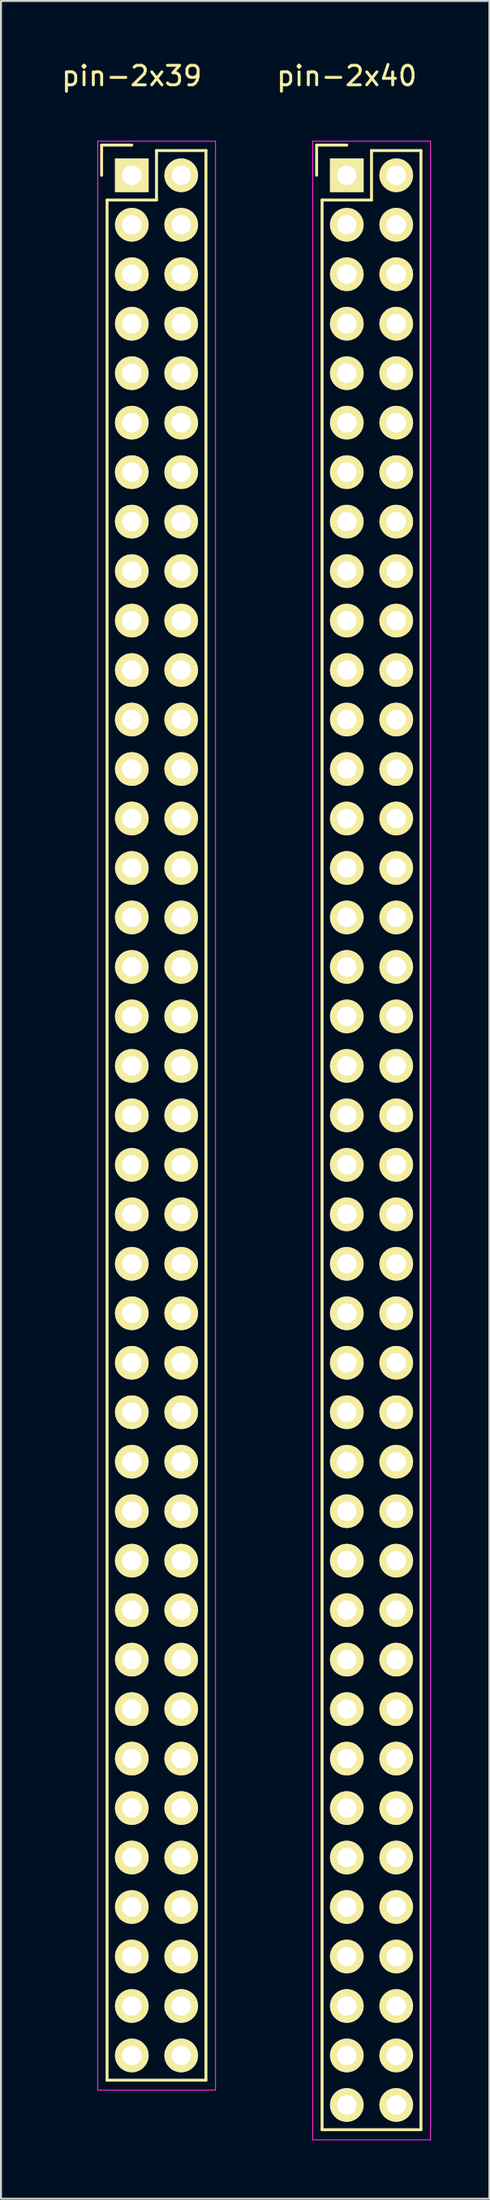
<source format=kicad_pcb>
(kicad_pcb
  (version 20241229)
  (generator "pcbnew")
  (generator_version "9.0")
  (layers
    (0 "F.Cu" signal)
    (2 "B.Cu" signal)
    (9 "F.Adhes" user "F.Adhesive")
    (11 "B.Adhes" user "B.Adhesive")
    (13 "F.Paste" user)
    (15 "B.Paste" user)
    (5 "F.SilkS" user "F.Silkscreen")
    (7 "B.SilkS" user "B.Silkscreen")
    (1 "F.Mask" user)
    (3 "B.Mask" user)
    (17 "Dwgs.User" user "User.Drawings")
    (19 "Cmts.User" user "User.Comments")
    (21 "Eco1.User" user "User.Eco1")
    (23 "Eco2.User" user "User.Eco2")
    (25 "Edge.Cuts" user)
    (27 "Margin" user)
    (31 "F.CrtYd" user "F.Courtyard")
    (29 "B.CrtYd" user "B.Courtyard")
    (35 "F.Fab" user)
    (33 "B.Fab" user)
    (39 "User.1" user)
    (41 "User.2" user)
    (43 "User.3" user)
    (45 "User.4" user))
  (footprint "pin-2x39"
    (layer "F.Cu")
    (at 3.72 5.948)
    (property "Reference" "pin-2x39" (at 0 -5.1 0) (layer "F.SilkS") (effects (font (size 1 1) (thickness 0.15))))
    (attr through_hole)
    (fp_line (start -1.55 -1.55) (end -1.55 0) (stroke (width 0.15) (type solid)) (layer "F.SilkS"))
    (fp_line (start -1.27 97.79) (end -1.27 1.27) (stroke (width 0.15) (type solid)) (layer "F.SilkS"))
    (fp_line (start 0 -1.55) (end -1.55 -1.55) (stroke (width 0.15) (type solid)) (layer "F.SilkS"))
    (fp_line (start 1.27 -1.27) (end 1.27 1.27) (stroke (width 0.15) (type solid)) (layer "F.SilkS"))
    (fp_line (start 1.27 1.27) (end -1.27 1.27) (stroke (width 0.15) (type solid)) (layer "F.SilkS"))
    (fp_line (start 3.81 -1.27) (end 1.27 -1.27) (stroke (width 0.15) (type solid)) (layer "F.SilkS"))
    (fp_line (start 3.81 -1.27) (end 3.81 97.79) (stroke (width 0.15) (type solid)) (layer "F.SilkS"))
    (fp_line (start 3.81 97.79) (end -1.27 97.79) (stroke (width 0.15) (type solid)) (layer "F.SilkS"))
    (fp_line (start -1.75 -1.75) (end -1.75 98.3) (stroke (width 0.05) (type solid)) (layer "F.CrtYd"))
    (fp_line (start -1.75 -1.75) (end 4.3 -1.75) (stroke (width 0.05) (type solid)) (layer "F.CrtYd"))
    (fp_line (start -1.75 98.3) (end 4.3 98.3) (stroke (width 0.05) (type solid)) (layer "F.CrtYd"))
    (fp_line (start 4.3 -1.75) (end 4.3 98.3) (stroke (width 0.05) (type solid)) (layer "F.CrtYd"))
    (pad "1" thru_hole rect (at 0 0) (size 1.727 1.727) (drill 1) (layers "*.Cu" "*.Mask" "F.SilkS"))
    (pad "2" thru_hole oval (at 2.54 0) (size 1.727 1.727) (drill 1) (layers "*.Cu" "*.Mask" "F.SilkS"))
    (pad "3" thru_hole oval (at 0 2.54) (size 1.727 1.727) (drill 1) (layers "*.Cu" "*.Mask" "F.SilkS"))
    (pad "4" thru_hole oval (at 2.54 2.54) (size 1.727 1.727) (drill 1) (layers "*.Cu" "*.Mask" "F.SilkS"))
    (pad "5" thru_hole oval (at 0 5.08) (size 1.727 1.727) (drill 1) (layers "*.Cu" "*.Mask" "F.SilkS"))
    (pad "6" thru_hole oval (at 2.54 5.08) (size 1.727 1.727) (drill 1) (layers "*.Cu" "*.Mask" "F.SilkS"))
    (pad "7" thru_hole oval (at 0 7.62) (size 1.727 1.727) (drill 1) (layers "*.Cu" "*.Mask" "F.SilkS"))
    (pad "8" thru_hole oval (at 2.54 7.62) (size 1.727 1.727) (drill 1) (layers "*.Cu" "*.Mask" "F.SilkS"))
    (pad "9" thru_hole oval (at 0 10.16) (size 1.727 1.727) (drill 1) (layers "*.Cu" "*.Mask" "F.SilkS"))
    (pad "10" thru_hole oval (at 2.54 10.16) (size 1.727 1.727) (drill 1) (layers "*.Cu" "*.Mask" "F.SilkS"))
    (pad "11" thru_hole oval (at 0 12.7) (size 1.727 1.727) (drill 1) (layers "*.Cu" "*.Mask" "F.SilkS"))
    (pad "12" thru_hole oval (at 2.54 12.7) (size 1.727 1.727) (drill 1) (layers "*.Cu" "*.Mask" "F.SilkS"))
    (pad "13" thru_hole oval (at 0 15.24) (size 1.727 1.727) (drill 1) (layers "*.Cu" "*.Mask" "F.SilkS"))
    (pad "14" thru_hole oval (at 2.54 15.24) (size 1.727 1.727) (drill 1) (layers "*.Cu" "*.Mask" "F.SilkS"))
    (pad "15" thru_hole oval (at 0 17.78) (size 1.727 1.727) (drill 1) (layers "*.Cu" "*.Mask" "F.SilkS"))
    (pad "16" thru_hole oval (at 2.54 17.78) (size 1.727 1.727) (drill 1) (layers "*.Cu" "*.Mask" "F.SilkS"))
    (pad "17" thru_hole oval (at 0 20.32) (size 1.727 1.727) (drill 1) (layers "*.Cu" "*.Mask" "F.SilkS"))
    (pad "18" thru_hole oval (at 2.54 20.32) (size 1.727 1.727) (drill 1) (layers "*.Cu" "*.Mask" "F.SilkS"))
    (pad "19" thru_hole oval (at 0 22.86) (size 1.727 1.727) (drill 1) (layers "*.Cu" "*.Mask" "F.SilkS"))
    (pad "20" thru_hole oval (at 2.54 22.86) (size 1.727 1.727) (drill 1) (layers "*.Cu" "*.Mask" "F.SilkS"))
    (pad "21" thru_hole oval (at 0 25.4) (size 1.727 1.727) (drill 1) (layers "*.Cu" "*.Mask" "F.SilkS"))
    (pad "22" thru_hole oval (at 2.54 25.4) (size 1.727 1.727) (drill 1) (layers "*.Cu" "*.Mask" "F.SilkS"))
    (pad "23" thru_hole oval (at 0 27.94) (size 1.727 1.727) (drill 1) (layers "*.Cu" "*.Mask" "F.SilkS"))
    (pad "24" thru_hole oval (at 2.54 27.94) (size 1.727 1.727) (drill 1) (layers "*.Cu" "*.Mask" "F.SilkS"))
    (pad "25" thru_hole oval (at 0 30.48) (size 1.727 1.727) (drill 1) (layers "*.Cu" "*.Mask" "F.SilkS"))
    (pad "26" thru_hole oval (at 2.54 30.48) (size 1.727 1.727) (drill 1) (layers "*.Cu" "*.Mask" "F.SilkS"))
    (pad "27" thru_hole oval (at 0 33.02) (size 1.727 1.727) (drill 1) (layers "*.Cu" "*.Mask" "F.SilkS"))
    (pad "28" thru_hole oval (at 2.54 33.02) (size 1.727 1.727) (drill 1) (layers "*.Cu" "*.Mask" "F.SilkS"))
    (pad "29" thru_hole oval (at 0 35.56) (size 1.727 1.727) (drill 1) (layers "*.Cu" "*.Mask" "F.SilkS"))
    (pad "30" thru_hole oval (at 2.54 35.56) (size 1.727 1.727) (drill 1) (layers "*.Cu" "*.Mask" "F.SilkS"))
    (pad "31" thru_hole oval (at 0 38.1) (size 1.727 1.727) (drill 1) (layers "*.Cu" "*.Mask" "F.SilkS"))
    (pad "32" thru_hole oval (at 2.54 38.1) (size 1.727 1.727) (drill 1) (layers "*.Cu" "*.Mask" "F.SilkS"))
    (pad "33" thru_hole oval (at 0 40.64) (size 1.727 1.727) (drill 1) (layers "*.Cu" "*.Mask" "F.SilkS"))
    (pad "34" thru_hole oval (at 2.54 40.64) (size 1.727 1.727) (drill 1) (layers "*.Cu" "*.Mask" "F.SilkS"))
    (pad "35" thru_hole oval (at 0 43.18) (size 1.727 1.727) (drill 1) (layers "*.Cu" "*.Mask" "F.SilkS"))
    (pad "36" thru_hole oval (at 2.54 43.18) (size 1.727 1.727) (drill 1) (layers "*.Cu" "*.Mask" "F.SilkS"))
    (pad "37" thru_hole oval (at 0 45.72) (size 1.727 1.727) (drill 1) (layers "*.Cu" "*.Mask" "F.SilkS"))
    (pad "38" thru_hole oval (at 2.54 45.72) (size 1.727 1.727) (drill 1) (layers "*.Cu" "*.Mask" "F.SilkS"))
    (pad "39" thru_hole oval (at 0 48.26) (size 1.727 1.727) (drill 1) (layers "*.Cu" "*.Mask" "F.SilkS"))
    (pad "40" thru_hole oval (at 2.54 48.26) (size 1.727 1.727) (drill 1) (layers "*.Cu" "*.Mask" "F.SilkS"))
    (pad "41" thru_hole oval (at 0 50.8) (size 1.727 1.727) (drill 1) (layers "*.Cu" "*.Mask" "F.SilkS"))
    (pad "42" thru_hole oval (at 2.54 50.8) (size 1.727 1.727) (drill 1) (layers "*.Cu" "*.Mask" "F.SilkS"))
    (pad "43" thru_hole oval (at 0 53.34) (size 1.727 1.727) (drill 1) (layers "*.Cu" "*.Mask" "F.SilkS"))
    (pad "44" thru_hole oval (at 2.54 53.34) (size 1.727 1.727) (drill 1) (layers "*.Cu" "*.Mask" "F.SilkS"))
    (pad "45" thru_hole oval (at 0 55.88) (size 1.727 1.727) (drill 1) (layers "*.Cu" "*.Mask" "F.SilkS"))
    (pad "46" thru_hole oval (at 2.54 55.88) (size 1.727 1.727) (drill 1) (layers "*.Cu" "*.Mask" "F.SilkS"))
    (pad "47" thru_hole oval (at 0 58.42) (size 1.727 1.727) (drill 1) (layers "*.Cu" "*.Mask" "F.SilkS"))
    (pad "48" thru_hole oval (at 2.54 58.42) (size 1.727 1.727) (drill 1) (layers "*.Cu" "*.Mask" "F.SilkS"))
    (pad "49" thru_hole oval (at 0 60.96) (size 1.727 1.727) (drill 1) (layers "*.Cu" "*.Mask" "F.SilkS"))
    (pad "50" thru_hole oval (at 2.54 60.96) (size 1.727 1.727) (drill 1) (layers "*.Cu" "*.Mask" "F.SilkS"))
    (pad "51" thru_hole oval (at 0 63.5) (size 1.727 1.727) (drill 1) (layers "*.Cu" "*.Mask" "F.SilkS"))
    (pad "52" thru_hole oval (at 2.54 63.5) (size 1.727 1.727) (drill 1) (layers "*.Cu" "*.Mask" "F.SilkS"))
    (pad "53" thru_hole oval (at 0 66.04) (size 1.727 1.727) (drill 1) (layers "*.Cu" "*.Mask" "F.SilkS"))
    (pad "54" thru_hole oval (at 2.54 66.04) (size 1.727 1.727) (drill 1) (layers "*.Cu" "*.Mask" "F.SilkS"))
    (pad "55" thru_hole oval (at 0 68.58) (size 1.727 1.727) (drill 1) (layers "*.Cu" "*.Mask" "F.SilkS"))
    (pad "56" thru_hole oval (at 2.54 68.58) (size 1.727 1.727) (drill 1) (layers "*.Cu" "*.Mask" "F.SilkS"))
    (pad "57" thru_hole oval (at 0 71.12) (size 1.727 1.727) (drill 1) (layers "*.Cu" "*.Mask" "F.SilkS"))
    (pad "58" thru_hole oval (at 2.54 71.12) (size 1.727 1.727) (drill 1) (layers "*.Cu" "*.Mask" "F.SilkS"))
    (pad "59" thru_hole oval (at 0 73.66) (size 1.727 1.727) (drill 1) (layers "*.Cu" "*.Mask" "F.SilkS"))
    (pad "60" thru_hole oval (at 2.54 73.66) (size 1.727 1.727) (drill 1) (layers "*.Cu" "*.Mask" "F.SilkS"))
    (pad "61" thru_hole oval (at 0 76.2) (size 1.727 1.727) (drill 1) (layers "*.Cu" "*.Mask" "F.SilkS"))
    (pad "62" thru_hole oval (at 2.54 76.2) (size 1.727 1.727) (drill 1) (layers "*.Cu" "*.Mask" "F.SilkS"))
    (pad "63" thru_hole oval (at 0 78.74) (size 1.727 1.727) (drill 1) (layers "*.Cu" "*.Mask" "F.SilkS"))
    (pad "64" thru_hole oval (at 2.54 78.74) (size 1.727 1.727) (drill 1) (layers "*.Cu" "*.Mask" "F.SilkS"))
    (pad "65" thru_hole oval (at 0 81.28) (size 1.727 1.727) (drill 1) (layers "*.Cu" "*.Mask" "F.SilkS"))
    (pad "66" thru_hole oval (at 2.54 81.28) (size 1.727 1.727) (drill 1) (layers "*.Cu" "*.Mask" "F.SilkS"))
    (pad "67" thru_hole oval (at 0 83.82) (size 1.727 1.727) (drill 1) (layers "*.Cu" "*.Mask" "F.SilkS"))
    (pad "68" thru_hole oval (at 2.54 83.82) (size 1.727 1.727) (drill 1) (layers "*.Cu" "*.Mask" "F.SilkS"))
    (pad "69" thru_hole oval (at 0 86.36) (size 1.727 1.727) (drill 1) (layers "*.Cu" "*.Mask" "F.SilkS"))
    (pad "70" thru_hole oval (at 2.54 86.36) (size 1.727 1.727) (drill 1) (layers "*.Cu" "*.Mask" "F.SilkS"))
    (pad "71" thru_hole oval (at 0 88.9) (size 1.727 1.727) (drill 1) (layers "*.Cu" "*.Mask" "F.SilkS"))
    (pad "72" thru_hole oval (at 2.54 88.9) (size 1.727 1.727) (drill 1) (layers "*.Cu" "*.Mask" "F.SilkS"))
    (pad "73" thru_hole oval (at 0 91.44) (size 1.727 1.727) (drill 1) (layers "*.Cu" "*.Mask" "F.SilkS"))
    (pad "74" thru_hole oval (at 2.54 91.44) (size 1.727 1.727) (drill 1) (layers "*.Cu" "*.Mask" "F.SilkS"))
    (pad "75" thru_hole oval (at 0 93.98) (size 1.727 1.727) (drill 1) (layers "*.Cu" "*.Mask" "F.SilkS"))
    (pad "76" thru_hole oval (at 2.54 93.98) (size 1.727 1.727) (drill 1) (layers "*.Cu" "*.Mask" "F.SilkS"))
    (pad "77" thru_hole oval (at 0 96.52) (size 1.727 1.727) (drill 1) (layers "*.Cu" "*.Mask" "F.SilkS"))
    (pad "78" thru_hole oval (at 2.54 96.52) (size 1.727 1.727) (drill 1) (layers "*.Cu" "*.Mask" "F.SilkS")))
  (footprint "pin-2x40"
    (layer "F.Cu")
    (at 14.765 5.948)
    (property "Reference" "pin-2x40" (at 0 -5.1 0) (layer "F.SilkS") (effects (font (size 1 1) (thickness 0.15))))
    (attr through_hole)
    (fp_line (start -1.55 -1.55) (end -1.55 0) (stroke (width 0.15) (type solid)) (layer "F.SilkS"))
    (fp_line (start -1.27 100.33) (end -1.27 1.27) (stroke (width 0.15) (type solid)) (layer "F.SilkS"))
    (fp_line (start 0 -1.55) (end -1.55 -1.55) (stroke (width 0.15) (type solid)) (layer "F.SilkS"))
    (fp_line (start 1.27 -1.27) (end 1.27 1.27) (stroke (width 0.15) (type solid)) (layer "F.SilkS"))
    (fp_line (start 1.27 1.27) (end -1.27 1.27) (stroke (width 0.15) (type solid)) (layer "F.SilkS"))
    (fp_line (start 3.81 -1.27) (end 1.27 -1.27) (stroke (width 0.15) (type solid)) (layer "F.SilkS"))
    (fp_line (start 3.81 -1.27) (end 3.81 100.33) (stroke (width 0.15) (type solid)) (layer "F.SilkS"))
    (fp_line (start 3.81 100.33) (end -1.27 100.33) (stroke (width 0.15) (type solid)) (layer "F.SilkS"))
    (fp_line (start -1.75 -1.75) (end -1.75 100.85) (stroke (width 0.05) (type solid)) (layer "F.CrtYd"))
    (fp_line (start -1.75 -1.75) (end 4.3 -1.75) (stroke (width 0.05) (type solid)) (layer "F.CrtYd"))
    (fp_line (start -1.75 100.85) (end 4.3 100.85) (stroke (width 0.05) (type solid)) (layer "F.CrtYd"))
    (fp_line (start 4.3 -1.75) (end 4.3 100.85) (stroke (width 0.05) (type solid)) (layer "F.CrtYd"))
    (pad "1" thru_hole rect (at 0 0) (size 1.727 1.727) (drill 1) (layers "*.Cu" "*.Mask" "F.SilkS"))
    (pad "2" thru_hole oval (at 2.54 0) (size 1.727 1.727) (drill 1) (layers "*.Cu" "*.Mask" "F.SilkS"))
    (pad "3" thru_hole oval (at 0 2.54) (size 1.727 1.727) (drill 1) (layers "*.Cu" "*.Mask" "F.SilkS"))
    (pad "4" thru_hole oval (at 2.54 2.54) (size 1.727 1.727) (drill 1) (layers "*.Cu" "*.Mask" "F.SilkS"))
    (pad "5" thru_hole oval (at 0 5.08) (size 1.727 1.727) (drill 1) (layers "*.Cu" "*.Mask" "F.SilkS"))
    (pad "6" thru_hole oval (at 2.54 5.08) (size 1.727 1.727) (drill 1) (layers "*.Cu" "*.Mask" "F.SilkS"))
    (pad "7" thru_hole oval (at 0 7.62) (size 1.727 1.727) (drill 1) (layers "*.Cu" "*.Mask" "F.SilkS"))
    (pad "8" thru_hole oval (at 2.54 7.62) (size 1.727 1.727) (drill 1) (layers "*.Cu" "*.Mask" "F.SilkS"))
    (pad "9" thru_hole oval (at 0 10.16) (size 1.727 1.727) (drill 1) (layers "*.Cu" "*.Mask" "F.SilkS"))
    (pad "10" thru_hole oval (at 2.54 10.16) (size 1.727 1.727) (drill 1) (layers "*.Cu" "*.Mask" "F.SilkS"))
    (pad "11" thru_hole oval (at 0 12.7) (size 1.727 1.727) (drill 1) (layers "*.Cu" "*.Mask" "F.SilkS"))
    (pad "12" thru_hole oval (at 2.54 12.7) (size 1.727 1.727) (drill 1) (layers "*.Cu" "*.Mask" "F.SilkS"))
    (pad "13" thru_hole oval (at 0 15.24) (size 1.727 1.727) (drill 1) (layers "*.Cu" "*.Mask" "F.SilkS"))
    (pad "14" thru_hole oval (at 2.54 15.24) (size 1.727 1.727) (drill 1) (layers "*.Cu" "*.Mask" "F.SilkS"))
    (pad "15" thru_hole oval (at 0 17.78) (size 1.727 1.727) (drill 1) (layers "*.Cu" "*.Mask" "F.SilkS"))
    (pad "16" thru_hole oval (at 2.54 17.78) (size 1.727 1.727) (drill 1) (layers "*.Cu" "*.Mask" "F.SilkS"))
    (pad "17" thru_hole oval (at 0 20.32) (size 1.727 1.727) (drill 1) (layers "*.Cu" "*.Mask" "F.SilkS"))
    (pad "18" thru_hole oval (at 2.54 20.32) (size 1.727 1.727) (drill 1) (layers "*.Cu" "*.Mask" "F.SilkS"))
    (pad "19" thru_hole oval (at 0 22.86) (size 1.727 1.727) (drill 1) (layers "*.Cu" "*.Mask" "F.SilkS"))
    (pad "20" thru_hole oval (at 2.54 22.86) (size 1.727 1.727) (drill 1) (layers "*.Cu" "*.Mask" "F.SilkS"))
    (pad "21" thru_hole oval (at 0 25.4) (size 1.727 1.727) (drill 1) (layers "*.Cu" "*.Mask" "F.SilkS"))
    (pad "22" thru_hole oval (at 2.54 25.4) (size 1.727 1.727) (drill 1) (layers "*.Cu" "*.Mask" "F.SilkS"))
    (pad "23" thru_hole oval (at 0 27.94) (size 1.727 1.727) (drill 1) (layers "*.Cu" "*.Mask" "F.SilkS"))
    (pad "24" thru_hole oval (at 2.54 27.94) (size 1.727 1.727) (drill 1) (layers "*.Cu" "*.Mask" "F.SilkS"))
    (pad "25" thru_hole oval (at 0 30.48) (size 1.727 1.727) (drill 1) (layers "*.Cu" "*.Mask" "F.SilkS"))
    (pad "26" thru_hole oval (at 2.54 30.48) (size 1.727 1.727) (drill 1) (layers "*.Cu" "*.Mask" "F.SilkS"))
    (pad "27" thru_hole oval (at 0 33.02) (size 1.727 1.727) (drill 1) (layers "*.Cu" "*.Mask" "F.SilkS"))
    (pad "28" thru_hole oval (at 2.54 33.02) (size 1.727 1.727) (drill 1) (layers "*.Cu" "*.Mask" "F.SilkS"))
    (pad "29" thru_hole oval (at 0 35.56) (size 1.727 1.727) (drill 1) (layers "*.Cu" "*.Mask" "F.SilkS"))
    (pad "30" thru_hole oval (at 2.54 35.56) (size 1.727 1.727) (drill 1) (layers "*.Cu" "*.Mask" "F.SilkS"))
    (pad "31" thru_hole oval (at 0 38.1) (size 1.727 1.727) (drill 1) (layers "*.Cu" "*.Mask" "F.SilkS"))
    (pad "32" thru_hole oval (at 2.54 38.1) (size 1.727 1.727) (drill 1) (layers "*.Cu" "*.Mask" "F.SilkS"))
    (pad "33" thru_hole oval (at 0 40.64) (size 1.727 1.727) (drill 1) (layers "*.Cu" "*.Mask" "F.SilkS"))
    (pad "34" thru_hole oval (at 2.54 40.64) (size 1.727 1.727) (drill 1) (layers "*.Cu" "*.Mask" "F.SilkS"))
    (pad "35" thru_hole oval (at 0 43.18) (size 1.727 1.727) (drill 1) (layers "*.Cu" "*.Mask" "F.SilkS"))
    (pad "36" thru_hole oval (at 2.54 43.18) (size 1.727 1.727) (drill 1) (layers "*.Cu" "*.Mask" "F.SilkS"))
    (pad "37" thru_hole oval (at 0 45.72) (size 1.727 1.727) (drill 1) (layers "*.Cu" "*.Mask" "F.SilkS"))
    (pad "38" thru_hole oval (at 2.54 45.72) (size 1.727 1.727) (drill 1) (layers "*.Cu" "*.Mask" "F.SilkS"))
    (pad "39" thru_hole oval (at 0 48.26) (size 1.727 1.727) (drill 1) (layers "*.Cu" "*.Mask" "F.SilkS"))
    (pad "40" thru_hole oval (at 2.54 48.26) (size 1.727 1.727) (drill 1) (layers "*.Cu" "*.Mask" "F.SilkS"))
    (pad "41" thru_hole oval (at 0 50.8) (size 1.727 1.727) (drill 1) (layers "*.Cu" "*.Mask" "F.SilkS"))
    (pad "42" thru_hole oval (at 2.54 50.8) (size 1.727 1.727) (drill 1) (layers "*.Cu" "*.Mask" "F.SilkS"))
    (pad "43" thru_hole oval (at 0 53.34) (size 1.727 1.727) (drill 1) (layers "*.Cu" "*.Mask" "F.SilkS"))
    (pad "44" thru_hole oval (at 2.54 53.34) (size 1.727 1.727) (drill 1) (layers "*.Cu" "*.Mask" "F.SilkS"))
    (pad "45" thru_hole oval (at 0 55.88) (size 1.727 1.727) (drill 1) (layers "*.Cu" "*.Mask" "F.SilkS"))
    (pad "46" thru_hole oval (at 2.54 55.88) (size 1.727 1.727) (drill 1) (layers "*.Cu" "*.Mask" "F.SilkS"))
    (pad "47" thru_hole oval (at 0 58.42) (size 1.727 1.727) (drill 1) (layers "*.Cu" "*.Mask" "F.SilkS"))
    (pad "48" thru_hole oval (at 2.54 58.42) (size 1.727 1.727) (drill 1) (layers "*.Cu" "*.Mask" "F.SilkS"))
    (pad "49" thru_hole oval (at 0 60.96) (size 1.727 1.727) (drill 1) (layers "*.Cu" "*.Mask" "F.SilkS"))
    (pad "50" thru_hole oval (at 2.54 60.96) (size 1.727 1.727) (drill 1) (layers "*.Cu" "*.Mask" "F.SilkS"))
    (pad "51" thru_hole oval (at 0 63.5) (size 1.727 1.727) (drill 1) (layers "*.Cu" "*.Mask" "F.SilkS"))
    (pad "52" thru_hole oval (at 2.54 63.5) (size 1.727 1.727) (drill 1) (layers "*.Cu" "*.Mask" "F.SilkS"))
    (pad "53" thru_hole oval (at 0 66.04) (size 1.727 1.727) (drill 1) (layers "*.Cu" "*.Mask" "F.SilkS"))
    (pad "54" thru_hole oval (at 2.54 66.04) (size 1.727 1.727) (drill 1) (layers "*.Cu" "*.Mask" "F.SilkS"))
    (pad "55" thru_hole oval (at 0 68.58) (size 1.727 1.727) (drill 1) (layers "*.Cu" "*.Mask" "F.SilkS"))
    (pad "56" thru_hole oval (at 2.54 68.58) (size 1.727 1.727) (drill 1) (layers "*.Cu" "*.Mask" "F.SilkS"))
    (pad "57" thru_hole oval (at 0 71.12) (size 1.727 1.727) (drill 1) (layers "*.Cu" "*.Mask" "F.SilkS"))
    (pad "58" thru_hole oval (at 2.54 71.12) (size 1.727 1.727) (drill 1) (layers "*.Cu" "*.Mask" "F.SilkS"))
    (pad "59" thru_hole oval (at 0 73.66) (size 1.727 1.727) (drill 1) (layers "*.Cu" "*.Mask" "F.SilkS"))
    (pad "60" thru_hole oval (at 2.54 73.66) (size 1.727 1.727) (drill 1) (layers "*.Cu" "*.Mask" "F.SilkS"))
    (pad "61" thru_hole oval (at 0 76.2) (size 1.727 1.727) (drill 1) (layers "*.Cu" "*.Mask" "F.SilkS"))
    (pad "62" thru_hole oval (at 2.54 76.2) (size 1.727 1.727) (drill 1) (layers "*.Cu" "*.Mask" "F.SilkS"))
    (pad "63" thru_hole oval (at 0 78.74) (size 1.727 1.727) (drill 1) (layers "*.Cu" "*.Mask" "F.SilkS"))
    (pad "64" thru_hole oval (at 2.54 78.74) (size 1.727 1.727) (drill 1) (layers "*.Cu" "*.Mask" "F.SilkS"))
    (pad "65" thru_hole oval (at 0 81.28) (size 1.727 1.727) (drill 1) (layers "*.Cu" "*.Mask" "F.SilkS"))
    (pad "66" thru_hole oval (at 2.54 81.28) (size 1.727 1.727) (drill 1) (layers "*.Cu" "*.Mask" "F.SilkS"))
    (pad "67" thru_hole oval (at 0 83.82) (size 1.727 1.727) (drill 1) (layers "*.Cu" "*.Mask" "F.SilkS"))
    (pad "68" thru_hole oval (at 2.54 83.82) (size 1.727 1.727) (drill 1) (layers "*.Cu" "*.Mask" "F.SilkS"))
    (pad "69" thru_hole oval (at 0 86.36) (size 1.727 1.727) (drill 1) (layers "*.Cu" "*.Mask" "F.SilkS"))
    (pad "70" thru_hole oval (at 2.54 86.36) (size 1.727 1.727) (drill 1) (layers "*.Cu" "*.Mask" "F.SilkS"))
    (pad "71" thru_hole oval (at 0 88.9) (size 1.727 1.727) (drill 1) (layers "*.Cu" "*.Mask" "F.SilkS"))
    (pad "72" thru_hole oval (at 2.54 88.9) (size 1.727 1.727) (drill 1) (layers "*.Cu" "*.Mask" "F.SilkS"))
    (pad "73" thru_hole oval (at 0 91.44) (size 1.727 1.727) (drill 1) (layers "*.Cu" "*.Mask" "F.SilkS"))
    (pad "74" thru_hole oval (at 2.54 91.44) (size 1.727 1.727) (drill 1) (layers "*.Cu" "*.Mask" "F.SilkS"))
    (pad "75" thru_hole oval (at 0 93.98) (size 1.727 1.727) (drill 1) (layers "*.Cu" "*.Mask" "F.SilkS"))
    (pad "76" thru_hole oval (at 2.54 93.98) (size 1.727 1.727) (drill 1) (layers "*.Cu" "*.Mask" "F.SilkS"))
    (pad "77" thru_hole oval (at 0 96.52) (size 1.727 1.727) (drill 1) (layers "*.Cu" "*.Mask" "F.SilkS"))
    (pad "78" thru_hole oval (at 2.54 96.52) (size 1.727 1.727) (drill 1) (layers "*.Cu" "*.Mask" "F.SilkS"))
    (pad "79" thru_hole oval (at 0 99.06) (size 1.727 1.727) (drill 1) (layers "*.Cu" "*.Mask" "F.SilkS"))
    (pad "80" thru_hole oval (at 2.54 99.06) (size 1.727 1.727) (drill 1) (layers "*.Cu" "*.Mask" "F.SilkS")))
  (gr_rect
    (start -3 -3)
    (end 22.09 109.823)
    (stroke (width 0.1) (type default))
    (fill no)
    (layer "Edge.Cuts")))
</source>
